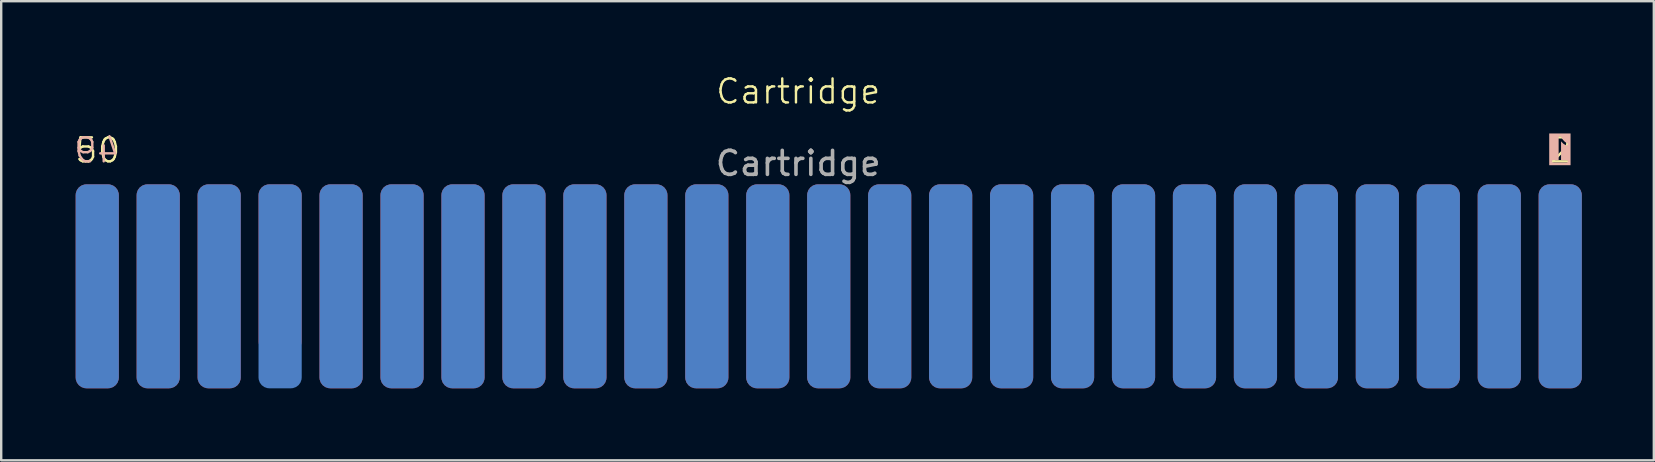
<source format=kicad_pcb>
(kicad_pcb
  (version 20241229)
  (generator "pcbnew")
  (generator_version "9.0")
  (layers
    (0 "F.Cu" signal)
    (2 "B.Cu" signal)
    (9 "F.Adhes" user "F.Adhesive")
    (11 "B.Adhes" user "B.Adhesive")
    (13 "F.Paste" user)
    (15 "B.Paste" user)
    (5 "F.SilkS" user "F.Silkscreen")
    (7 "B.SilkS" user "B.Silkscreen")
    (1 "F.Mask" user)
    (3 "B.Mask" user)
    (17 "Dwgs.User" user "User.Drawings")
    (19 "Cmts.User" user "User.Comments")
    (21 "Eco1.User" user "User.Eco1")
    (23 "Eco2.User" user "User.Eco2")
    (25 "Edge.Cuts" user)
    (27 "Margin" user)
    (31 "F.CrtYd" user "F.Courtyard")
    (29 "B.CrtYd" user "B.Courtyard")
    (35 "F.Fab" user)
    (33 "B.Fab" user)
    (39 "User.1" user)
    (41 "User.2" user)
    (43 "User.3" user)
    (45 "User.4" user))
  (footprint "Cartridge"
    (layer "F.Cu")
    (at 1.002 1.26)
    (property "Reference" "Cartridge" (at 29.21 -0.5 0) (unlocked yes) (layer "F.SilkS") (effects (font (size 1 1) (thickness 0.1))))
    (attr smd)
    (fp_text user "50" (at -1.002 2.54 0) (unlocked yes) (layer "F.SilkS") (effects (font (size 1 1) (thickness 0.1)) (justify left bottom)))
    (fp_text user "2" (at 60.434 2.54 0) (unlocked yes) (layer "F.SilkS") (effects (font (size 1 1) (thickness 0.1)) (justify left bottom)))
    (fp_text user "1" (at 61.486 2.54 0) (unlocked yes) (layer "B.SilkS" knockout) (effects (font (size 1 1) (thickness 0.1)) (justify left bottom mirror)))
    (fp_text user "49" (at 1.002 2.54 0) (unlocked yes) (layer "B.SilkS") (effects (font (size 1 1) (thickness 0.1)) (justify left bottom mirror)))
    (fp_text user "${REFERENCE}" (at 29.21 2.5 0) (unlocked yes) (layer "F.Fab") (effects (font (size 1 1) (thickness 0.15))))
    (pad "1" connect roundrect (at 60.96 7.62) (size 1.8 8.5) (layers "B.Cu" "B.Mask") (roundrect_rratio 0.25))
    (pad "2" connect roundrect (at 60.96 7.62 180) (size 1.8 8.5) (layers "F.Cu" "F.Mask") (roundrect_rratio 0.25))
    (pad "3" connect roundrect (at 58.42 7.62) (size 1.8 8.5) (layers "B.Cu" "B.Mask") (roundrect_rratio 0.25))
    (pad "4" connect roundrect (at 58.42 7.62 180) (size 1.8 8.5) (layers "F.Cu" "F.Mask") (roundrect_rratio 0.25))
    (pad "5" connect roundrect (at 55.88 7.62) (size 1.8 8.5) (layers "B.Cu" "B.Mask") (roundrect_rratio 0.25))
    (pad "6" connect roundrect (at 55.88 7.62 180) (size 1.8 8.5) (layers "F.Cu" "F.Mask") (roundrect_rratio 0.25))
    (pad "7" connect roundrect (at 53.34 7.62) (size 1.8 8.5) (layers "B.Cu" "B.Mask") (roundrect_rratio 0.25))
    (pad "8" connect roundrect (at 53.34 7.62 180) (size 1.8 8.5) (layers "F.Cu" "F.Mask") (roundrect_rratio 0.25))
    (pad "9" connect roundrect (at 50.8 7.62) (size 1.8 8.5) (layers "B.Cu" "B.Mask") (roundrect_rratio 0.25))
    (pad "10" connect roundrect (at 50.8 7.62 180) (size 1.8 8.5) (layers "F.Cu" "F.Mask") (roundrect_rratio 0.25))
    (pad "11" connect roundrect (at 48.26 7.62) (size 1.8 8.5) (layers "B.Cu" "B.Mask") (roundrect_rratio 0.25))
    (pad "12" connect roundrect (at 48.26 7.62 180) (size 1.8 8.5) (layers "F.Cu" "F.Mask") (roundrect_rratio 0.25))
    (pad "13" connect roundrect (at 45.72 7.62) (size 1.8 8.5) (layers "B.Cu" "B.Mask") (roundrect_rratio 0.25))
    (pad "14" connect roundrect (at 45.72 7.62 180) (size 1.8 8.5) (layers "F.Cu" "F.Mask") (roundrect_rratio 0.25))
    (pad "15" connect roundrect (at 43.18 7.62) (size 1.8 8.5) (layers "B.Cu" "B.Mask") (roundrect_rratio 0.25))
    (pad "16" connect roundrect (at 43.18 7.62 180) (size 1.8 8.5) (layers "F.Cu" "F.Mask") (roundrect_rratio 0.25))
    (pad "17" connect roundrect (at 40.64 7.62) (size 1.8 8.5) (layers "B.Cu" "B.Mask") (roundrect_rratio 0.25))
    (pad "18" connect roundrect (at 40.64 7.62 180) (size 1.8 8.5) (layers "F.Cu" "F.Mask") (roundrect_rratio 0.25))
    (pad "19" connect roundrect (at 38.1 7.62) (size 1.8 8.5) (layers "B.Cu" "B.Mask") (roundrect_rratio 0.25))
    (pad "20" connect roundrect (at 38.1 7.62 180) (size 1.8 8.5) (layers "F.Cu" "F.Mask") (roundrect_rratio 0.25))
    (pad "21" connect roundrect (at 35.56 7.62) (size 1.8 8.5) (layers "B.Cu" "B.Mask") (roundrect_rratio 0.25))
    (pad "22" connect roundrect (at 35.56 7.62 180) (size 1.8 8.5) (layers "F.Cu" "F.Mask") (roundrect_rratio 0.25))
    (pad "23" connect roundrect (at 33.02 7.62) (size 1.8 8.5) (layers "B.Cu" "B.Mask") (roundrect_rratio 0.25))
    (pad "24" connect roundrect (at 33.02 7.62 180) (size 1.8 8.5) (layers "F.Cu" "F.Mask") (roundrect_rratio 0.25))
    (pad "25" connect roundrect (at 30.48 7.62) (size 1.8 8.5) (layers "B.Cu" "B.Mask") (roundrect_rratio 0.25))
    (pad "26" connect roundrect (at 30.48 7.62 180) (size 1.8 8.5) (layers "F.Cu" "F.Mask") (roundrect_rratio 0.25))
    (pad "27" connect roundrect (at 27.94 7.62) (size 1.8 8.5) (layers "B.Cu" "B.Mask") (roundrect_rratio 0.25))
    (pad "28" connect roundrect (at 27.94 7.62 180) (size 1.8 8.5) (layers "F.Cu" "F.Mask") (roundrect_rratio 0.25))
    (pad "29" connect roundrect (at 25.4 7.62) (size 1.8 8.5) (layers "B.Cu" "B.Mask") (roundrect_rratio 0.25))
    (pad "30" connect roundrect (at 25.4 7.62 180) (size 1.8 8.5) (layers "F.Cu" "F.Mask") (roundrect_rratio 0.25))
    (pad "31" connect roundrect (at 22.86 7.62) (size 1.8 8.5) (layers "B.Cu" "B.Mask") (roundrect_rratio 0.25))
    (pad "32" connect roundrect (at 22.86 7.62 180) (size 1.8 8.5) (layers "F.Cu" "F.Mask") (roundrect_rratio 0.25))
    (pad "33" connect roundrect (at 20.32 7.62) (size 1.8 8.5) (layers "B.Cu" "B.Mask") (roundrect_rratio 0.25))
    (pad "34" connect roundrect (at 20.32 7.62 180) (size 1.8 8.5) (layers "F.Cu" "F.Mask") (roundrect_rratio 0.25))
    (pad "35" connect roundrect (at 17.78 7.62) (size 1.8 8.5) (layers "B.Cu" "B.Mask") (roundrect_rratio 0.25))
    (pad "36" connect roundrect (at 17.78 7.62 180) (size 1.8 8.5) (layers "F.Cu" "F.Mask") (roundrect_rratio 0.25))
    (pad "37" connect roundrect (at 15.24 7.62) (size 1.8 8.5) (layers "B.Cu" "B.Mask") (roundrect_rratio 0.25))
    (pad "38" connect roundrect (at 15.24 7.62 180) (size 1.8 8.5) (layers "F.Cu" "F.Mask") (roundrect_rratio 0.25))
    (pad "39" connect roundrect (at 12.7 7.62) (size 1.8 8.5) (layers "B.Cu" "B.Mask") (roundrect_rratio 0.25))
    (pad "40" connect roundrect (at 12.7 7.62 180) (size 1.8 8.5) (layers "F.Cu" "F.Mask") (roundrect_rratio 0.25))
    (pad "41" connect roundrect (at 10.16 7.62) (size 1.8 8.5) (layers "B.Cu" "B.Mask") (roundrect_rratio 0.25))
    (pad "42" connect roundrect (at 10.16 7.62 180) (size 1.8 8.5) (layers "F.Cu" "F.Mask") (roundrect_rratio 0.25))
    (pad "43" connect roundrect (at 7.62 7.62) (size 1.8 8.5) (layers "B.Cu" "B.Mask") (roundrect_rratio 0.25))
    (pad "44" connect roundrect (at 7.62 6.87 180) (size 1.8 7) (layers "F.Cu" "F.Mask") (roundrect_rratio 0.25))
    (pad "45" connect roundrect (at 5.08 7.62) (size 1.8 8.5) (layers "B.Cu" "B.Mask") (roundrect_rratio 0.25))
    (pad "46" connect roundrect (at 5.08 7.62 180) (size 1.8 8.5) (layers "F.Cu" "F.Mask") (roundrect_rratio 0.25))
    (pad "47" connect roundrect (at 2.54 7.62) (size 1.8 8.5) (layers "B.Cu" "B.Mask") (roundrect_rratio 0.25))
    (pad "48" connect roundrect (at 2.54 7.62 180) (size 1.8 8.5) (layers "F.Cu" "F.Mask") (roundrect_rratio 0.25))
    (pad "49" connect roundrect (at 0 7.62) (size 1.8 8.5) (layers "B.Cu" "B.Mask") (roundrect_rratio 0.25))
    (pad "50" connect roundrect (at 0 7.62 180) (size 1.8 8.5) (layers "F.Cu" "F.Mask") (roundrect_rratio 0.25)))
  (gr_rect
    (start -3 -3)
    (end 65.862 16.131)
    (stroke (width 0.1) (type default))
    (fill no)
    (layer "Edge.Cuts")))
</source>
